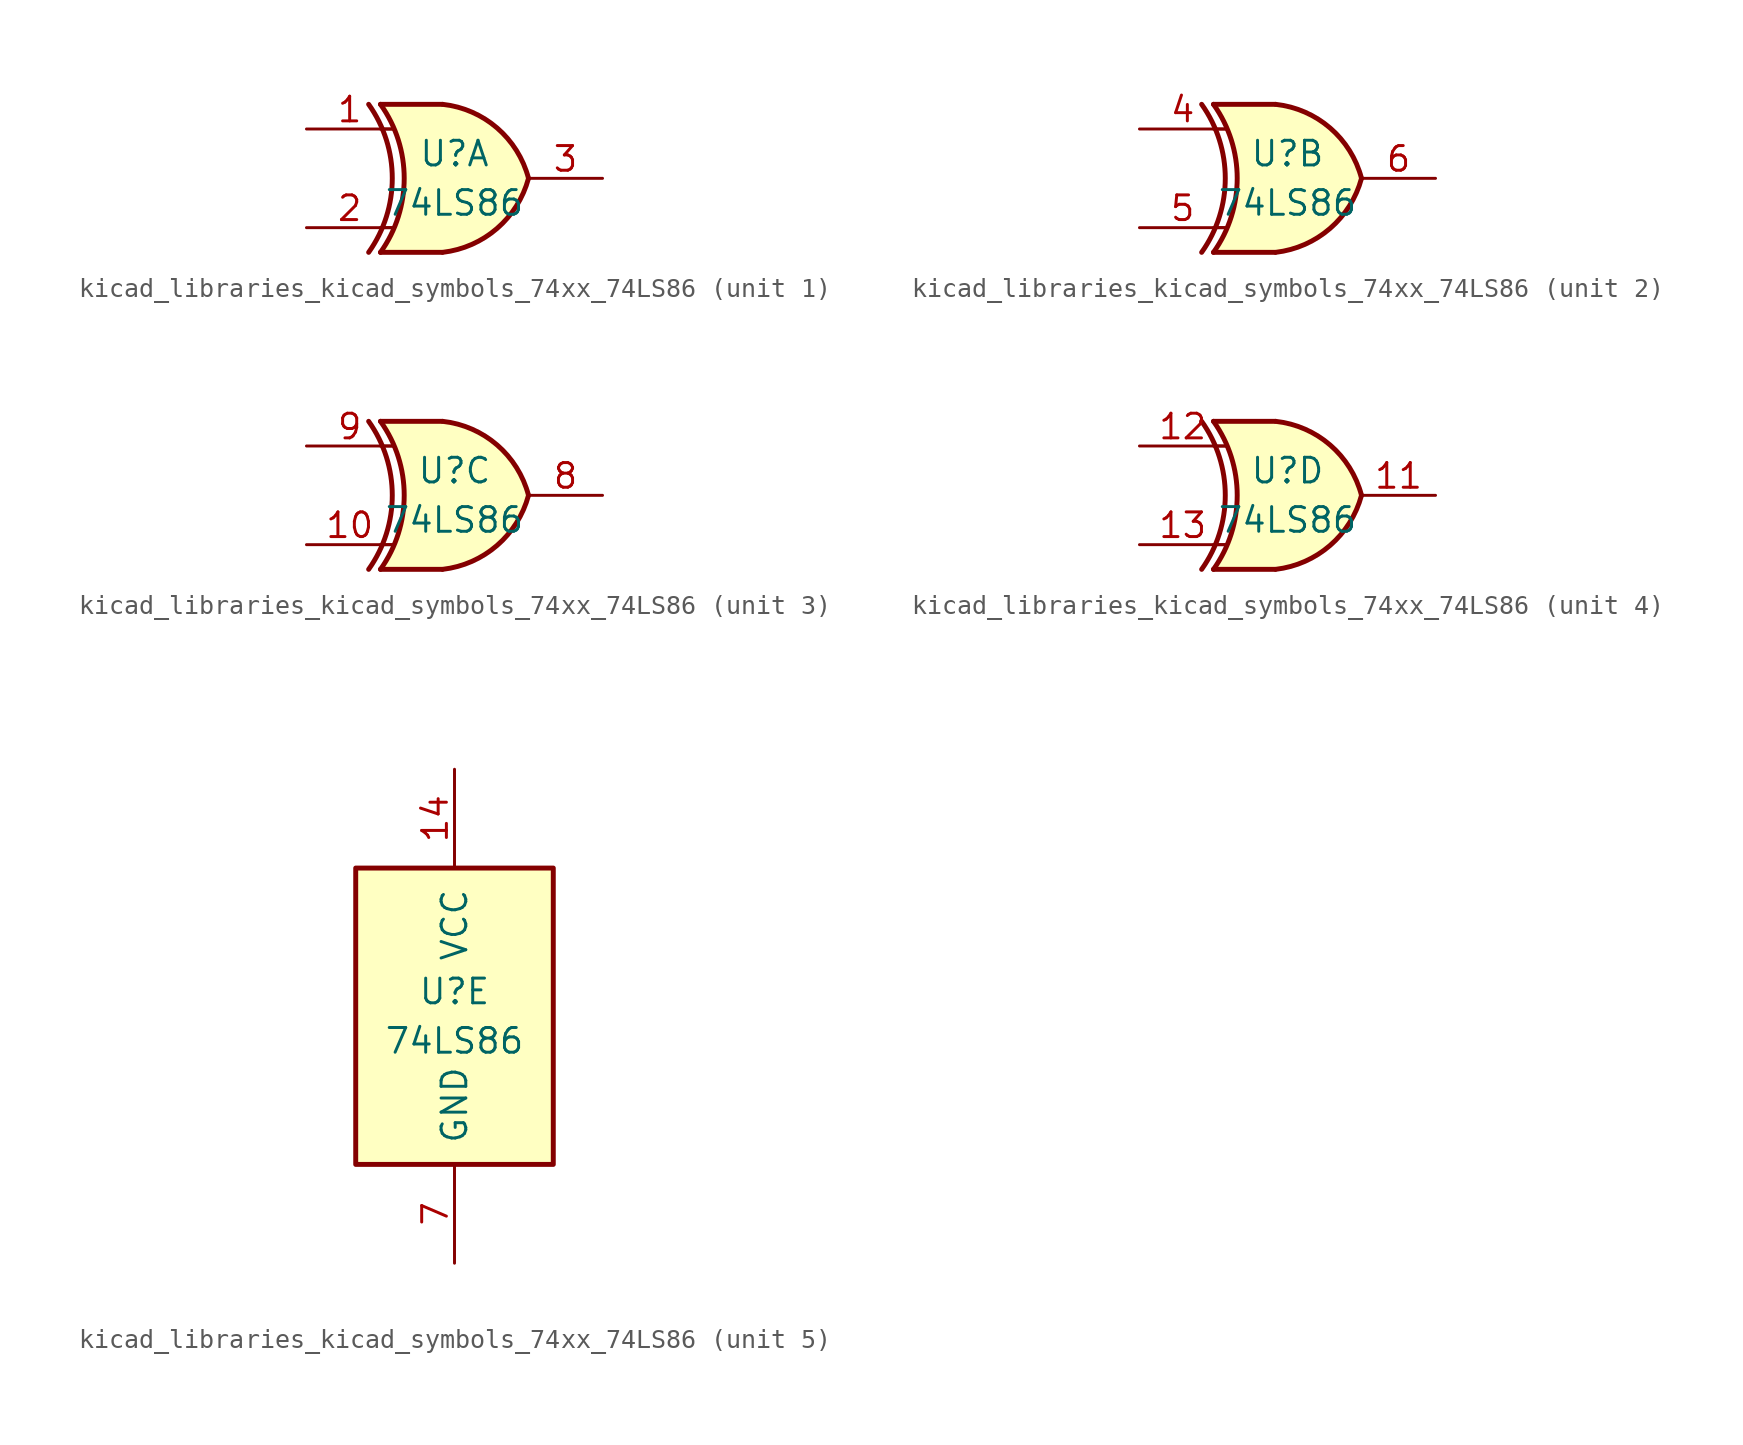
<source format=kicad_sym>
(kicad_symbol_lib
  (version 20220914)
  (generator kicad_symbol_editor)
  (symbol "kicad_libraries_kicad_symbols_74xx_74LS86"
    (pin_names
      (offset 1.016))
    (property "Reference" "U"
      (at 0 1.27 0)
      (effects (font (size 1.27 1.27))))
    (property "Value" "74LS86"
      (at 0 -1.27 0)
      (effects (font (size 1.27 1.27))))
    (property "ki_locked" ""
      (at 0 0 0)
      (effects (font (size 1.27 1.27))))
    (symbol "kicad_libraries_kicad_symbols_74xx_74LS86_1_0"
      (arc (start -4.4196 -3.81) (mid -3.2033 0) (end -4.4196 3.81) (stroke (width 0.254) (type default)) (fill (type none)))
      (arc (start -3.81 -3.81) (mid -2.589 0) (end -3.81 3.81) (stroke (width 0.254) (type default)) (fill (type none)))
      (arc (start -0.6096 -3.81) (mid 2.1842 -2.5851) (end 3.81 0) (stroke (width 0.254) (type default)) (fill (type background)))
      (polyline (pts (xy -3.81 -3.81) (xy -0.635 -3.81)) (stroke (width 0.254) (type default)) (fill (type background)))
      (polyline (pts (xy -3.81 3.81) (xy -0.635 3.81)) (stroke (width 0.254) (type default)) (fill (type background)))
      (polyline (pts (xy -0.635 3.81) (xy -3.81 3.81) (xy -3.81 3.81) (xy -3.556 3.404) (xy -3.023 2.261) (xy -2.692 1.041) (xy -2.616 -0.254) (xy -2.769 -1.499) (xy -3.175 -2.718) (xy -3.81 -3.81) (xy -3.81 -3.81) (xy -0.635 -3.81)) (stroke (width -25.4) (type default)) (fill (type background)))
      (arc (start 3.81 0) (mid 2.1915 2.5936) (end -0.6096 3.81) (stroke (width 0.254) (type default)) (fill (type background)))
      (pin input line (at -7.62 2.54 0) (length 4.445) (name "~" (effects (font (size 1.27 1.27)))) (number "1" (effects (font (size 1.27 1.27)))))
      (pin input line (at -7.62 -2.54 0) (length 4.445) (name "~" (effects (font (size 1.27 1.27)))) (number "2" (effects (font (size 1.27 1.27)))))
      (pin output line (at 7.62 0 180) (length 3.81) (name "~" (effects (font (size 1.27 1.27)))) (number "3" (effects (font (size 1.27 1.27))))))
    (symbol "kicad_libraries_kicad_symbols_74xx_74LS86_1_1"
      (polyline (pts (xy -3.81 -2.54) (xy -3.175 -2.54)) (stroke (width 0.152) (type default)) (fill (type none)))
      (polyline (pts (xy -3.81 2.54) (xy -3.175 2.54)) (stroke (width 0.152) (type default)) (fill (type none))))
    (symbol "kicad_libraries_kicad_symbols_74xx_74LS86_2_0"
      (arc (start -4.4196 -3.81) (mid -3.2033 0) (end -4.4196 3.81) (stroke (width 0.254) (type default)) (fill (type none)))
      (arc (start -3.81 -3.81) (mid -2.589 0) (end -3.81 3.81) (stroke (width 0.254) (type default)) (fill (type none)))
      (arc (start -0.6096 -3.81) (mid 2.1842 -2.5851) (end 3.81 0) (stroke (width 0.254) (type default)) (fill (type background)))
      (polyline (pts (xy -3.81 -3.81) (xy -0.635 -3.81)) (stroke (width 0.254) (type default)) (fill (type background)))
      (polyline (pts (xy -3.81 3.81) (xy -0.635 3.81)) (stroke (width 0.254) (type default)) (fill (type background)))
      (polyline (pts (xy -0.635 3.81) (xy -3.81 3.81) (xy -3.81 3.81) (xy -3.556 3.404) (xy -3.023 2.261) (xy -2.692 1.041) (xy -2.616 -0.254) (xy -2.769 -1.499) (xy -3.175 -2.718) (xy -3.81 -3.81) (xy -3.81 -3.81) (xy -0.635 -3.81)) (stroke (width -25.4) (type default)) (fill (type background)))
      (arc (start 3.81 0) (mid 2.1915 2.5936) (end -0.6096 3.81) (stroke (width 0.254) (type default)) (fill (type background)))
      (pin input line (at -7.62 2.54 0) (length 4.445) (name "~" (effects (font (size 1.27 1.27)))) (number "4" (effects (font (size 1.27 1.27)))))
      (pin input line (at -7.62 -2.54 0) (length 4.445) (name "~" (effects (font (size 1.27 1.27)))) (number "5" (effects (font (size 1.27 1.27)))))
      (pin output line (at 7.62 0 180) (length 3.81) (name "~" (effects (font (size 1.27 1.27)))) (number "6" (effects (font (size 1.27 1.27))))))
    (symbol "kicad_libraries_kicad_symbols_74xx_74LS86_2_1"
      (polyline (pts (xy -3.81 -2.54) (xy -3.175 -2.54)) (stroke (width 0.152) (type default)) (fill (type none)))
      (polyline (pts (xy -3.81 2.54) (xy -3.175 2.54)) (stroke (width 0.152) (type default)) (fill (type none))))
    (symbol "kicad_libraries_kicad_symbols_74xx_74LS86_3_0"
      (arc (start -4.4196 -3.81) (mid -3.2033 0) (end -4.4196 3.81) (stroke (width 0.254) (type default)) (fill (type none)))
      (arc (start -3.81 -3.81) (mid -2.589 0) (end -3.81 3.81) (stroke (width 0.254) (type default)) (fill (type none)))
      (arc (start -0.6096 -3.81) (mid 2.1842 -2.5851) (end 3.81 0) (stroke (width 0.254) (type default)) (fill (type background)))
      (polyline (pts (xy -3.81 -3.81) (xy -0.635 -3.81)) (stroke (width 0.254) (type default)) (fill (type background)))
      (polyline (pts (xy -3.81 3.81) (xy -0.635 3.81)) (stroke (width 0.254) (type default)) (fill (type background)))
      (polyline (pts (xy -0.635 3.81) (xy -3.81 3.81) (xy -3.81 3.81) (xy -3.556 3.404) (xy -3.023 2.261) (xy -2.692 1.041) (xy -2.616 -0.254) (xy -2.769 -1.499) (xy -3.175 -2.718) (xy -3.81 -3.81) (xy -3.81 -3.81) (xy -0.635 -3.81)) (stroke (width -25.4) (type default)) (fill (type background)))
      (arc (start 3.81 0) (mid 2.1915 2.5936) (end -0.6096 3.81) (stroke (width 0.254) (type default)) (fill (type background)))
      (pin input line (at -7.62 -2.54 0) (length 4.445) (name "~" (effects (font (size 1.27 1.27)))) (number "10" (effects (font (size 1.27 1.27)))))
      (pin output line (at 7.62 0 180) (length 3.81) (name "~" (effects (font (size 1.27 1.27)))) (number "8" (effects (font (size 1.27 1.27)))))
      (pin input line (at -7.62 2.54 0) (length 4.445) (name "~" (effects (font (size 1.27 1.27)))) (number "9" (effects (font (size 1.27 1.27))))))
    (symbol "kicad_libraries_kicad_symbols_74xx_74LS86_3_1"
      (polyline (pts (xy -3.81 -2.54) (xy -3.175 -2.54)) (stroke (width 0.152) (type default)) (fill (type none)))
      (polyline (pts (xy -3.81 2.54) (xy -3.175 2.54)) (stroke (width 0.152) (type default)) (fill (type none))))
    (symbol "kicad_libraries_kicad_symbols_74xx_74LS86_4_0"
      (arc (start -4.4196 -3.81) (mid -3.2033 0) (end -4.4196 3.81) (stroke (width 0.254) (type default)) (fill (type none)))
      (arc (start -3.81 -3.81) (mid -2.589 0) (end -3.81 3.81) (stroke (width 0.254) (type default)) (fill (type none)))
      (arc (start -0.6096 -3.81) (mid 2.1842 -2.5851) (end 3.81 0) (stroke (width 0.254) (type default)) (fill (type background)))
      (polyline (pts (xy -3.81 -3.81) (xy -0.635 -3.81)) (stroke (width 0.254) (type default)) (fill (type background)))
      (polyline (pts (xy -3.81 3.81) (xy -0.635 3.81)) (stroke (width 0.254) (type default)) (fill (type background)))
      (polyline (pts (xy -0.635 3.81) (xy -3.81 3.81) (xy -3.81 3.81) (xy -3.556 3.404) (xy -3.023 2.261) (xy -2.692 1.041) (xy -2.616 -0.254) (xy -2.769 -1.499) (xy -3.175 -2.718) (xy -3.81 -3.81) (xy -3.81 -3.81) (xy -0.635 -3.81)) (stroke (width -25.4) (type default)) (fill (type background)))
      (arc (start 3.81 0) (mid 2.1915 2.5936) (end -0.6096 3.81) (stroke (width 0.254) (type default)) (fill (type background)))
      (pin output line (at 7.62 0 180) (length 3.81) (name "~" (effects (font (size 1.27 1.27)))) (number "11" (effects (font (size 1.27 1.27)))))
      (pin input line (at -7.62 2.54 0) (length 4.445) (name "~" (effects (font (size 1.27 1.27)))) (number "12" (effects (font (size 1.27 1.27)))))
      (pin input line (at -7.62 -2.54 0) (length 4.445) (name "~" (effects (font (size 1.27 1.27)))) (number "13" (effects (font (size 1.27 1.27))))))
    (symbol "kicad_libraries_kicad_symbols_74xx_74LS86_4_1"
      (polyline (pts (xy -3.81 -2.54) (xy -3.175 -2.54)) (stroke (width 0.152) (type default)) (fill (type none)))
      (polyline (pts (xy -3.81 2.54) (xy -3.175 2.54)) (stroke (width 0.152) (type default)) (fill (type none))))
    (symbol "kicad_libraries_kicad_symbols_74xx_74LS86_5_0"
      (pin power_in line (at 0 12.7 270) (length 5.08) (name "VCC" (effects (font (size 1.27 1.27)))) (number "14" (effects (font (size 1.27 1.27)))))
      (pin power_in line (at 0 -12.7 90) (length 5.08) (name "GND" (effects (font (size 1.27 1.27)))) (number "7" (effects (font (size 1.27 1.27))))))
    (symbol "kicad_libraries_kicad_symbols_74xx_74LS86_5_1"
      (rectangle (start -5.08 7.62) (end 5.08 -7.62) (stroke (width 0.254) (type default)) (fill (type background))))))
</source>
